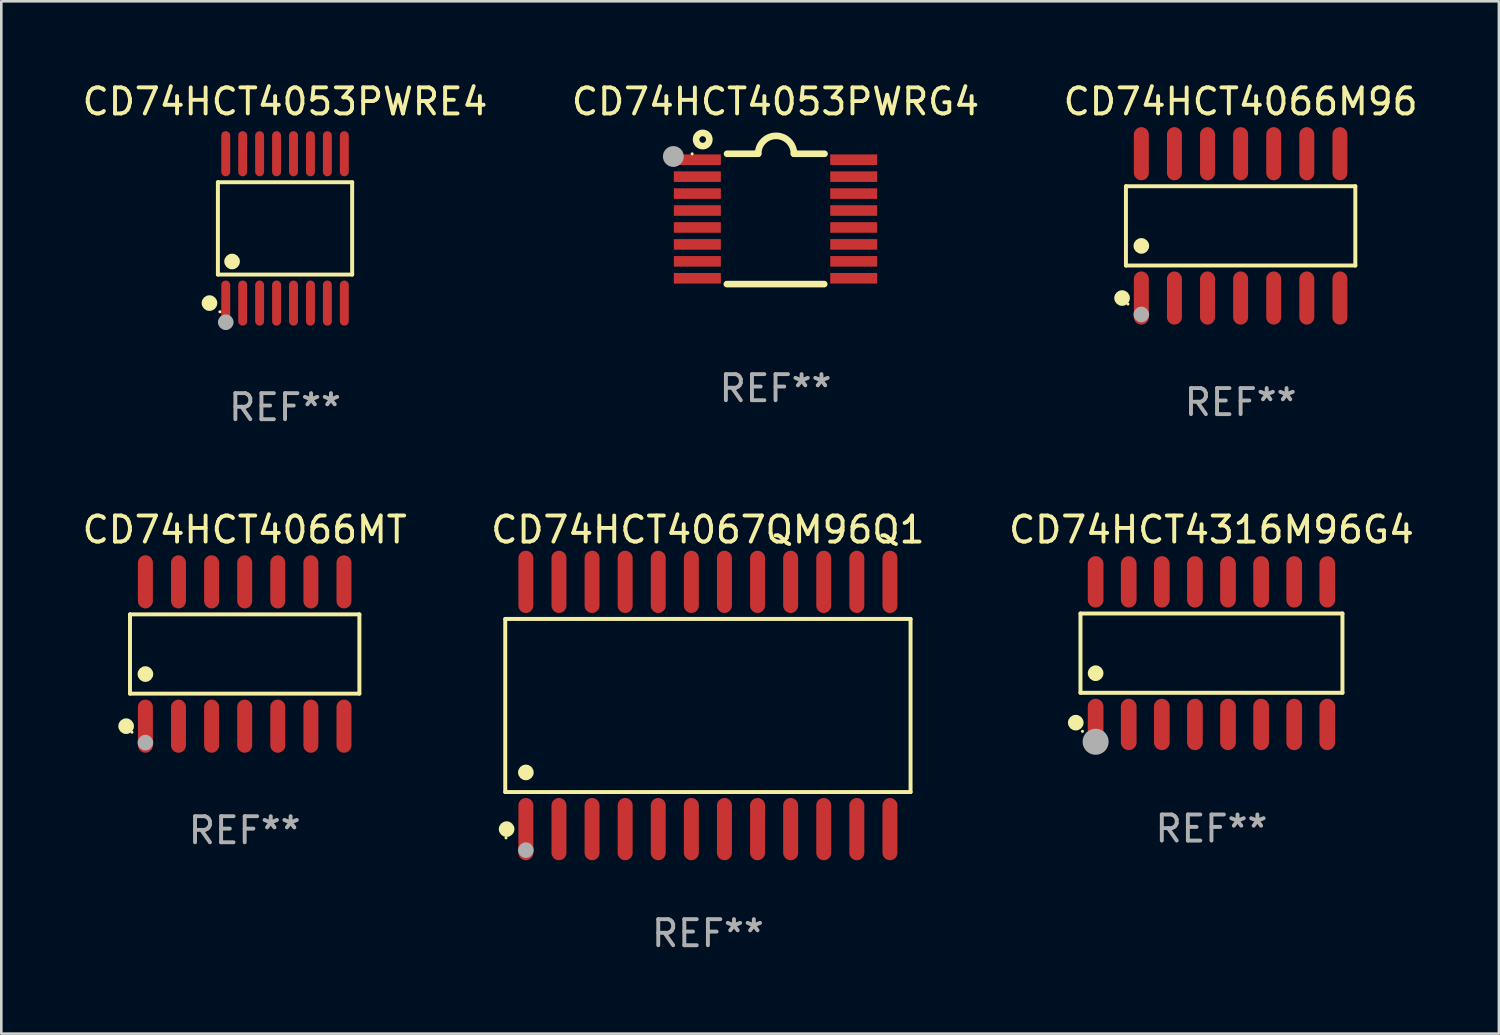
<source format=kicad_pcb>
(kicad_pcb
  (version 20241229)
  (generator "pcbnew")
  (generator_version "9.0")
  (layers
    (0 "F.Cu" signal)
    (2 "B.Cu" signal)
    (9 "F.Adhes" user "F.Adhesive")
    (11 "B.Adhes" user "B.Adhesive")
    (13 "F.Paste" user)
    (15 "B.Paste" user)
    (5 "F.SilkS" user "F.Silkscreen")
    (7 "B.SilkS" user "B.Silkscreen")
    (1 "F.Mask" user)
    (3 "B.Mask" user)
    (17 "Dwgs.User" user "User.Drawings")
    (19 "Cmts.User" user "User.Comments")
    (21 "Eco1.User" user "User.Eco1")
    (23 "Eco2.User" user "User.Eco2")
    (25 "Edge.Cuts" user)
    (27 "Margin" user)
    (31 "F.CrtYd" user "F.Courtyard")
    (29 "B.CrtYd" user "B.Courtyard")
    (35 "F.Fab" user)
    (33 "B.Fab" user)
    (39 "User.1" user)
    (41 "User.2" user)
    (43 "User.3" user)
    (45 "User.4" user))
  (footprint "CD74HCT4066M96"
    (layer "F.Cu")
    (at 44.554 5.617)
    (property "Reference" "CD74HCT4066M96" (at 0 -4.769 0) (layer "F.SilkS") (effects (font (size 1 1) (thickness 0.15))))
    (attr through_hole)
    (fp_line (start -4.401 -1.521) (end 4.401 -1.521) (stroke (width 0.152) (type solid)) (layer "F.SilkS"))
    (fp_line (start -4.401 1.521) (end -4.401 -1.521) (stroke (width 0.152) (type solid)) (layer "F.SilkS"))
    (fp_line (start 4.401 -1.521) (end 4.401 1.521) (stroke (width 0.152) (type solid)) (layer "F.SilkS"))
    (fp_line (start 4.401 1.521) (end -4.401 1.521) (stroke (width 0.152) (type solid)) (layer "F.SilkS"))
    (fp_circle (center -4.549 2.769) (end -4.399 2.769) (stroke (width 0.3) (type solid)) (fill no) (layer "F.SilkS"))
    (fp_circle (center -4.325 3) (end -4.295 3) (stroke (width 0.06) (type solid)) (fill no) (layer "F.SilkS"))
    (fp_circle (center -3.81 0.769) (end -3.66 0.769) (stroke (width 0.3) (type solid)) (fill no) (layer "F.SilkS"))
    (fp_circle (center -3.81 3.4) (end -3.66 3.4) (stroke (width 0.3) (type solid)) (fill no) (layer "F.Fab"))
    (fp_text user "REF**" (at 0 6.769 0) (layer "F.Fab") (effects (font (size 1 1) (thickness 0.15))))
    (pad "1" smd oval (at -3.81 2.769) (size 0.574 2.038) (layers "F.Cu" "F.Mask" "F.Paste"))
    (pad "2" smd oval (at -2.54 2.769) (size 0.574 2.038) (layers "F.Cu" "F.Mask" "F.Paste"))
    (pad "3" smd oval (at -1.27 2.769) (size 0.574 2.038) (layers "F.Cu" "F.Mask" "F.Paste"))
    (pad "4" smd oval (at 0 2.769) (size 0.574 2.038) (layers "F.Cu" "F.Mask" "F.Paste"))
    (pad "5" smd oval (at 1.27 2.769) (size 0.574 2.038) (layers "F.Cu" "F.Mask" "F.Paste"))
    (pad "6" smd oval (at 2.54 2.769) (size 0.574 2.038) (layers "F.Cu" "F.Mask" "F.Paste"))
    (pad "7" smd oval (at 3.81 2.769) (size 0.574 2.038) (layers "F.Cu" "F.Mask" "F.Paste"))
    (pad "8" smd oval (at 3.81 -2.769) (size 0.574 2.038) (layers "F.Cu" "F.Mask" "F.Paste"))
    (pad "9" smd oval (at 2.54 -2.769) (size 0.574 2.038) (layers "F.Cu" "F.Mask" "F.Paste"))
    (pad "10" smd oval (at 1.27 -2.769) (size 0.574 2.038) (layers "F.Cu" "F.Mask" "F.Paste"))
    (pad "11" smd oval (at 0 -2.769) (size 0.574 2.038) (layers "F.Cu" "F.Mask" "F.Paste"))
    (pad "12" smd oval (at -1.27 -2.769) (size 0.574 2.038) (layers "F.Cu" "F.Mask" "F.Paste"))
    (pad "13" smd oval (at -2.54 -2.769) (size 0.574 2.038) (layers "F.Cu" "F.Mask" "F.Paste"))
    (pad "14" smd oval (at -3.81 -2.769) (size 0.574 2.038) (layers "F.Cu" "F.Mask" "F.Paste")))
  (footprint "CD74HCT4316M96G4"
    (layer "F.Cu")
    (at 43.435 22.012)
    (property "Reference" "CD74HCT4316M96G4" (at 0 -4.736 0) (layer "F.SilkS") (effects (font (size 1 1) (thickness 0.15))))
    (attr through_hole)
    (fp_line (start -5.026 -1.521) (end 5.026 -1.521) (stroke (width 0.152) (type solid)) (layer "F.SilkS"))
    (fp_line (start -5.026 1.521) (end -5.026 -1.521) (stroke (width 0.152) (type solid)) (layer "F.SilkS"))
    (fp_line (start 5.026 -1.521) (end 5.026 1.521) (stroke (width 0.152) (type solid)) (layer "F.SilkS"))
    (fp_line (start 5.026 1.521) (end -5.026 1.521) (stroke (width 0.152) (type solid)) (layer "F.SilkS"))
    (fp_circle (center -5.207 2.667) (end -5.057 2.667) (stroke (width 0.3) (type solid)) (fill no) (layer "F.SilkS"))
    (fp_circle (center -4.95 3) (end -4.92 3) (stroke (width 0.06) (type solid)) (fill no) (layer "F.SilkS"))
    (fp_circle (center -4.445 0.769) (end -4.295 0.769) (stroke (width 0.3) (type solid)) (fill no) (layer "F.SilkS"))
    (fp_circle (center -4.445 3.4) (end -4.195 3.4) (stroke (width 0.5) (type solid)) (fill no) (layer "F.Fab"))
    (fp_text user "REF**" (at 0 6.736 0) (layer "F.Fab") (effects (font (size 1 1) (thickness 0.15))))
    (pad "1" smd oval (at -4.445 2.736) (size 0.602 1.971) (layers "F.Cu" "F.Mask" "F.Paste"))
    (pad "2" smd oval (at -3.175 2.736) (size 0.602 1.971) (layers "F.Cu" "F.Mask" "F.Paste"))
    (pad "3" smd oval (at -1.905 2.736) (size 0.602 1.971) (layers "F.Cu" "F.Mask" "F.Paste"))
    (pad "4" smd oval (at -0.635 2.736) (size 0.602 1.971) (layers "F.Cu" "F.Mask" "F.Paste"))
    (pad "5" smd oval (at 0.635 2.736) (size 0.602 1.971) (layers "F.Cu" "F.Mask" "F.Paste"))
    (pad "6" smd oval (at 1.905 2.736) (size 0.602 1.971) (layers "F.Cu" "F.Mask" "F.Paste"))
    (pad "7" smd oval (at 3.175 2.736) (size 0.602 1.971) (layers "F.Cu" "F.Mask" "F.Paste"))
    (pad "8" smd oval (at 4.445 2.736) (size 0.602 1.971) (layers "F.Cu" "F.Mask" "F.Paste"))
    (pad "9" smd oval (at 4.445 -2.736) (size 0.602 1.971) (layers "F.Cu" "F.Mask" "F.Paste"))
    (pad "10" smd oval (at 3.175 -2.736) (size 0.602 1.971) (layers "F.Cu" "F.Mask" "F.Paste"))
    (pad "11" smd oval (at 1.905 -2.736) (size 0.602 1.971) (layers "F.Cu" "F.Mask" "F.Paste"))
    (pad "12" smd oval (at 0.635 -2.736) (size 0.602 1.971) (layers "F.Cu" "F.Mask" "F.Paste"))
    (pad "13" smd oval (at -0.635 -2.736) (size 0.602 1.971) (layers "F.Cu" "F.Mask" "F.Paste"))
    (pad "14" smd oval (at -1.905 -2.736) (size 0.602 1.971) (layers "F.Cu" "F.Mask" "F.Paste"))
    (pad "15" smd oval (at -3.175 -2.736) (size 0.602 1.971) (layers "F.Cu" "F.Mask" "F.Paste"))
    (pad "16" smd oval (at -4.445 -2.736) (size 0.602 1.971) (layers "F.Cu" "F.Mask" "F.Paste")))
  (footprint "CD74HCT4053PWRG4"
    (layer "F.Cu")
    (at 26.708 5.35)
    (property "Reference" "CD74HCT4053PWRG4" (at 0 -4.501 0) (layer "F.SilkS") (effects (font (size 1 1) (thickness 0.15))))
    (attr through_hole)
    (fp_line (start -1.868 2.501) (end 1.868 2.501) (stroke (width 0.254) (type solid)) (layer "F.SilkS"))
    (fp_line (start -1.86 -2.499) (end -0.666 -2.501) (stroke (width 0.254) (type solid)) (layer "F.SilkS"))
    (fp_line (start 0.706 -2.501) (end 1.88 -2.499) (stroke (width 0.254) (type solid)) (layer "F.SilkS"))
    (fp_arc (start -0.665914 -2.501448) (mid 0.019888 -3.18725) (end 0.70569 -2.501448) (stroke (width 0.254001) (type solid)) (layer "F.SilkS"))
    (fp_circle (center -3.2 -2.497) (end -3.17 -2.497) (stroke (width 0.06) (type solid)) (fill no) (layer "F.SilkS"))
    (fp_circle (center -2.794 -3.047) (end -2.54 -3.047) (stroke (width 0.254) (type solid)) (fill no) (layer "F.SilkS"))
    (fp_circle (center -3.921 -2.395) (end -3.721 -2.395) (stroke (width 0.4) (type solid)) (fill no) (layer "F.Fab"))
    (fp_text user "REF**" (at 0 6.501 0) (layer "F.Fab") (effects (font (size 1 1) (thickness 0.15))))
    (pad "1" smd rect (at -3 -2.272) (size 1.803 0.406) (layers "F.Cu" "F.Mask" "F.Paste"))
    (pad "2" smd rect (at -3 -1.622) (size 1.803 0.406) (layers "F.Cu" "F.Mask" "F.Paste"))
    (pad "3" smd rect (at -3 -0.972) (size 1.803 0.406) (layers "F.Cu" "F.Mask" "F.Paste"))
    (pad "4" smd rect (at -3 -0.322) (size 1.803 0.406) (layers "F.Cu" "F.Mask" "F.Paste"))
    (pad "5" smd rect (at -3 0.328) (size 1.803 0.406) (layers "F.Cu" "F.Mask" "F.Paste"))
    (pad "6" smd rect (at -3 0.978) (size 1.803 0.406) (layers "F.Cu" "F.Mask" "F.Paste"))
    (pad "7" smd rect (at -3 1.628) (size 1.803 0.406) (layers "F.Cu" "F.Mask" "F.Paste"))
    (pad "8" smd rect (at -3 2.278) (size 1.803 0.406) (layers "F.Cu" "F.Mask" "F.Paste"))
    (pad "9" smd rect (at 3 2.278) (size 1.803 0.406) (layers "F.Cu" "F.Mask" "F.Paste"))
    (pad "10" smd rect (at 3 1.628) (size 1.803 0.406) (layers "F.Cu" "F.Mask" "F.Paste"))
    (pad "11" smd rect (at 3 0.978) (size 1.803 0.406) (layers "F.Cu" "F.Mask" "F.Paste"))
    (pad "12" smd rect (at 3 0.328) (size 1.803 0.406) (layers "F.Cu" "F.Mask" "F.Paste"))
    (pad "13" smd rect (at 3 -0.322) (size 1.803 0.406) (layers "F.Cu" "F.Mask" "F.Paste"))
    (pad "14" smd rect (at 3 -0.972) (size 1.803 0.406) (layers "F.Cu" "F.Mask" "F.Paste"))
    (pad "15" smd rect (at 3 -1.622) (size 1.803 0.406) (layers "F.Cu" "F.Mask" "F.Paste"))
    (pad "16" smd rect (at 3 -2.272) (size 1.803 0.406) (layers "F.Cu" "F.Mask" "F.Paste")))
  (footprint "CD74HCT4067QM96Q1"
    (layer "F.Cu")
    (at 24.113 24.02)
    (property "Reference" "CD74HCT4067QM96Q1" (at 0 -6.744 0) (layer "F.SilkS") (effects (font (size 1 1) (thickness 0.15))))
    (attr through_hole)
    (fp_line (start -7.776 -3.321) (end 7.776 -3.321) (stroke (width 0.152) (type solid)) (layer "F.SilkS"))
    (fp_line (start -7.776 3.321) (end -7.776 -3.321) (stroke (width 0.152) (type solid)) (layer "F.SilkS"))
    (fp_line (start 7.776 -3.321) (end 7.776 3.321) (stroke (width 0.152) (type solid)) (layer "F.SilkS"))
    (fp_line (start 7.776 3.321) (end -7.776 3.321) (stroke (width 0.152) (type solid)) (layer "F.SilkS"))
    (fp_circle (center -7.747 5.08) (end -7.717 5.08) (stroke (width 0.06) (type solid)) (fill no) (layer "F.SilkS"))
    (fp_circle (center -7.724 4.744) (end -7.574 4.744) (stroke (width 0.3) (type solid)) (fill no) (layer "F.SilkS"))
    (fp_circle (center -6.985 2.569) (end -6.835 2.569) (stroke (width 0.3) (type solid)) (fill no) (layer "F.SilkS"))
    (fp_circle (center -6.985 5.55) (end -6.835 5.55) (stroke (width 0.3) (type solid)) (fill no) (layer "F.Fab"))
    (fp_text user "REF**" (at 0 8.744 0) (layer "F.Fab") (effects (font (size 1 1) (thickness 0.15))))
    (pad "1" smd oval (at -6.985 4.744) (size 0.574 2.388) (layers "F.Cu" "F.Mask" "F.Paste"))
    (pad "2" smd oval (at -5.715 4.744) (size 0.574 2.388) (layers "F.Cu" "F.Mask" "F.Paste"))
    (pad "3" smd oval (at -4.445 4.744) (size 0.574 2.388) (layers "F.Cu" "F.Mask" "F.Paste"))
    (pad "4" smd oval (at -3.175 4.744) (size 0.574 2.388) (layers "F.Cu" "F.Mask" "F.Paste"))
    (pad "5" smd oval (at -1.905 4.744) (size 0.574 2.388) (layers "F.Cu" "F.Mask" "F.Paste"))
    (pad "6" smd oval (at -0.635 4.744) (size 0.574 2.388) (layers "F.Cu" "F.Mask" "F.Paste"))
    (pad "7" smd oval (at 0.635 4.744) (size 0.574 2.388) (layers "F.Cu" "F.Mask" "F.Paste"))
    (pad "8" smd oval (at 1.905 4.744) (size 0.574 2.388) (layers "F.Cu" "F.Mask" "F.Paste"))
    (pad "9" smd oval (at 3.175 4.744) (size 0.574 2.388) (layers "F.Cu" "F.Mask" "F.Paste"))
    (pad "10" smd oval (at 4.445 4.744) (size 0.574 2.388) (layers "F.Cu" "F.Mask" "F.Paste"))
    (pad "11" smd oval (at 5.715 4.744) (size 0.574 2.388) (layers "F.Cu" "F.Mask" "F.Paste"))
    (pad "12" smd oval (at 6.985 4.744) (size 0.574 2.388) (layers "F.Cu" "F.Mask" "F.Paste"))
    (pad "13" smd oval (at 6.985 -4.744) (size 0.574 2.388) (layers "F.Cu" "F.Mask" "F.Paste"))
    (pad "14" smd oval (at 5.715 -4.744) (size 0.574 2.388) (layers "F.Cu" "F.Mask" "F.Paste"))
    (pad "15" smd oval (at 4.445 -4.744) (size 0.574 2.388) (layers "F.Cu" "F.Mask" "F.Paste"))
    (pad "16" smd oval (at 3.175 -4.744) (size 0.574 2.388) (layers "F.Cu" "F.Mask" "F.Paste"))
    (pad "17" smd oval (at 1.905 -4.744) (size 0.574 2.388) (layers "F.Cu" "F.Mask" "F.Paste"))
    (pad "18" smd oval (at 0.635 -4.744) (size 0.574 2.388) (layers "F.Cu" "F.Mask" "F.Paste"))
    (pad "19" smd oval (at -0.635 -4.744) (size 0.574 2.388) (layers "F.Cu" "F.Mask" "F.Paste"))
    (pad "20" smd oval (at -1.905 -4.744) (size 0.574 2.388) (layers "F.Cu" "F.Mask" "F.Paste"))
    (pad "21" smd oval (at -3.175 -4.744) (size 0.574 2.388) (layers "F.Cu" "F.Mask" "F.Paste"))
    (pad "22" smd oval (at -4.445 -4.744) (size 0.574 2.388) (layers "F.Cu" "F.Mask" "F.Paste"))
    (pad "23" smd oval (at -5.715 -4.744) (size 0.574 2.388) (layers "F.Cu" "F.Mask" "F.Paste"))
    (pad "24" smd oval (at -6.985 -4.744) (size 0.574 2.388) (layers "F.Cu" "F.Mask" "F.Paste")))
  (footprint "CD74HCT4066MT"
    (layer "F.Cu")
    (at 6.339 22.045)
    (property "Reference" "CD74HCT4066MT" (at 0 -4.769 0) (layer "F.SilkS") (effects (font (size 1 1) (thickness 0.15))))
    (attr through_hole)
    (fp_line (start -4.401 -1.521) (end 4.401 -1.521) (stroke (width 0.152) (type solid)) (layer "F.SilkS"))
    (fp_line (start -4.401 1.521) (end -4.401 -1.521) (stroke (width 0.152) (type solid)) (layer "F.SilkS"))
    (fp_line (start 4.401 -1.521) (end 4.401 1.521) (stroke (width 0.152) (type solid)) (layer "F.SilkS"))
    (fp_line (start 4.401 1.521) (end -4.401 1.521) (stroke (width 0.152) (type solid)) (layer "F.SilkS"))
    (fp_circle (center -4.549 2.769) (end -4.399 2.769) (stroke (width 0.3) (type solid)) (fill no) (layer "F.SilkS"))
    (fp_circle (center -4.325 3) (end -4.295 3) (stroke (width 0.06) (type solid)) (fill no) (layer "F.SilkS"))
    (fp_circle (center -3.81 0.769) (end -3.66 0.769) (stroke (width 0.3) (type solid)) (fill no) (layer "F.SilkS"))
    (fp_circle (center -3.81 3.4) (end -3.66 3.4) (stroke (width 0.3) (type solid)) (fill no) (layer "F.Fab"))
    (fp_text user "REF**" (at 0 6.769 0) (layer "F.Fab") (effects (font (size 1 1) (thickness 0.15))))
    (pad "1" smd oval (at -3.81 2.769) (size 0.574 2.038) (layers "F.Cu" "F.Mask" "F.Paste"))
    (pad "2" smd oval (at -2.54 2.769) (size 0.574 2.038) (layers "F.Cu" "F.Mask" "F.Paste"))
    (pad "3" smd oval (at -1.27 2.769) (size 0.574 2.038) (layers "F.Cu" "F.Mask" "F.Paste"))
    (pad "4" smd oval (at 0 2.769) (size 0.574 2.038) (layers "F.Cu" "F.Mask" "F.Paste"))
    (pad "5" smd oval (at 1.27 2.769) (size 0.574 2.038) (layers "F.Cu" "F.Mask" "F.Paste"))
    (pad "6" smd oval (at 2.54 2.769) (size 0.574 2.038) (layers "F.Cu" "F.Mask" "F.Paste"))
    (pad "7" smd oval (at 3.81 2.769) (size 0.574 2.038) (layers "F.Cu" "F.Mask" "F.Paste"))
    (pad "8" smd oval (at 3.81 -2.769) (size 0.574 2.038) (layers "F.Cu" "F.Mask" "F.Paste"))
    (pad "9" smd oval (at 2.54 -2.769) (size 0.574 2.038) (layers "F.Cu" "F.Mask" "F.Paste"))
    (pad "10" smd oval (at 1.27 -2.769) (size 0.574 2.038) (layers "F.Cu" "F.Mask" "F.Paste"))
    (pad "11" smd oval (at 0 -2.769) (size 0.574 2.038) (layers "F.Cu" "F.Mask" "F.Paste"))
    (pad "12" smd oval (at -1.27 -2.769) (size 0.574 2.038) (layers "F.Cu" "F.Mask" "F.Paste"))
    (pad "13" smd oval (at -2.54 -2.769) (size 0.574 2.038) (layers "F.Cu" "F.Mask" "F.Paste"))
    (pad "14" smd oval (at -3.81 -2.769) (size 0.574 2.038) (layers "F.Cu" "F.Mask" "F.Paste")))
  (footprint "CD74HCT4053PWRE4"
    (layer "F.Cu")
    (at 7.887 5.714)
    (property "Reference" "CD74HCT4053PWRE4" (at 0 -4.866 0) (layer "F.SilkS") (effects (font (size 1 1) (thickness 0.15))))
    (attr through_hole)
    (fp_line (start -2.576 -1.772) (end 2.576 -1.772) (stroke (width 0.152) (type solid)) (layer "F.SilkS"))
    (fp_line (start -2.576 1.771) (end -2.576 -1.772) (stroke (width 0.152) (type solid)) (layer "F.SilkS"))
    (fp_line (start 2.576 -1.772) (end 2.576 1.771) (stroke (width 0.152) (type solid)) (layer "F.SilkS"))
    (fp_line (start 2.576 1.771) (end -2.576 1.771) (stroke (width 0.152) (type solid)) (layer "F.SilkS"))
    (fp_circle (center -2.899 2.866) (end -2.749 2.866) (stroke (width 0.3) (type solid)) (fill no) (layer "F.SilkS"))
    (fp_circle (center -2.5 3.2) (end -2.47 3.2) (stroke (width 0.06) (type solid)) (fill no) (layer "F.SilkS"))
    (fp_circle (center -2.032 1.27) (end -1.882 1.27) (stroke (width 0.3) (type solid)) (fill no) (layer "F.SilkS"))
    (fp_circle (center -2.275 3.6) (end -2.125 3.6) (stroke (width 0.3) (type solid)) (fill no) (layer "F.Fab"))
    (fp_text user "REF**" (at 0 6.866 0) (layer "F.Fab") (effects (font (size 1 1) (thickness 0.15))))
    (pad "1" smd oval (at -2.275 2.866) (size 0.343 1.731) (layers "F.Cu" "F.Mask" "F.Paste"))
    (pad "2" smd oval (at -1.625 2.866) (size 0.343 1.731) (layers "F.Cu" "F.Mask" "F.Paste"))
    (pad "3" smd oval (at -0.975 2.866) (size 0.343 1.731) (layers "F.Cu" "F.Mask" "F.Paste"))
    (pad "4" smd oval (at -0.325 2.866) (size 0.343 1.731) (layers "F.Cu" "F.Mask" "F.Paste"))
    (pad "5" smd oval (at 0.325 2.866) (size 0.343 1.731) (layers "F.Cu" "F.Mask" "F.Paste"))
    (pad "6" smd oval (at 0.975 2.866) (size 0.343 1.731) (layers "F.Cu" "F.Mask" "F.Paste"))
    (pad "7" smd oval (at 1.625 2.866) (size 0.343 1.731) (layers "F.Cu" "F.Mask" "F.Paste"))
    (pad "8" smd oval (at 2.275 2.866) (size 0.343 1.731) (layers "F.Cu" "F.Mask" "F.Paste"))
    (pad "9" smd oval (at 2.275 -2.866) (size 0.343 1.731) (layers "F.Cu" "F.Mask" "F.Paste"))
    (pad "10" smd oval (at 1.625 -2.866) (size 0.343 1.731) (layers "F.Cu" "F.Mask" "F.Paste"))
    (pad "11" smd oval (at 0.975 -2.866) (size 0.343 1.731) (layers "F.Cu" "F.Mask" "F.Paste"))
    (pad "12" smd oval (at 0.325 -2.866) (size 0.343 1.731) (layers "F.Cu" "F.Mask" "F.Paste"))
    (pad "13" smd oval (at -0.325 -2.866) (size 0.343 1.731) (layers "F.Cu" "F.Mask" "F.Paste"))
    (pad "14" smd oval (at -0.975 -2.866) (size 0.343 1.731) (layers "F.Cu" "F.Mask" "F.Paste"))
    (pad "15" smd oval (at -1.625 -2.866) (size 0.343 1.731) (layers "F.Cu" "F.Mask" "F.Paste"))
    (pad "16" smd oval (at -2.275 -2.866) (size 0.343 1.731) (layers "F.Cu" "F.Mask" "F.Paste")))
  (gr_rect
    (start -3 -3)
    (end 54.464 36.612)
    (stroke (width 0.1) (type default))
    (fill no)
    (layer "Edge.Cuts")))
</source>
